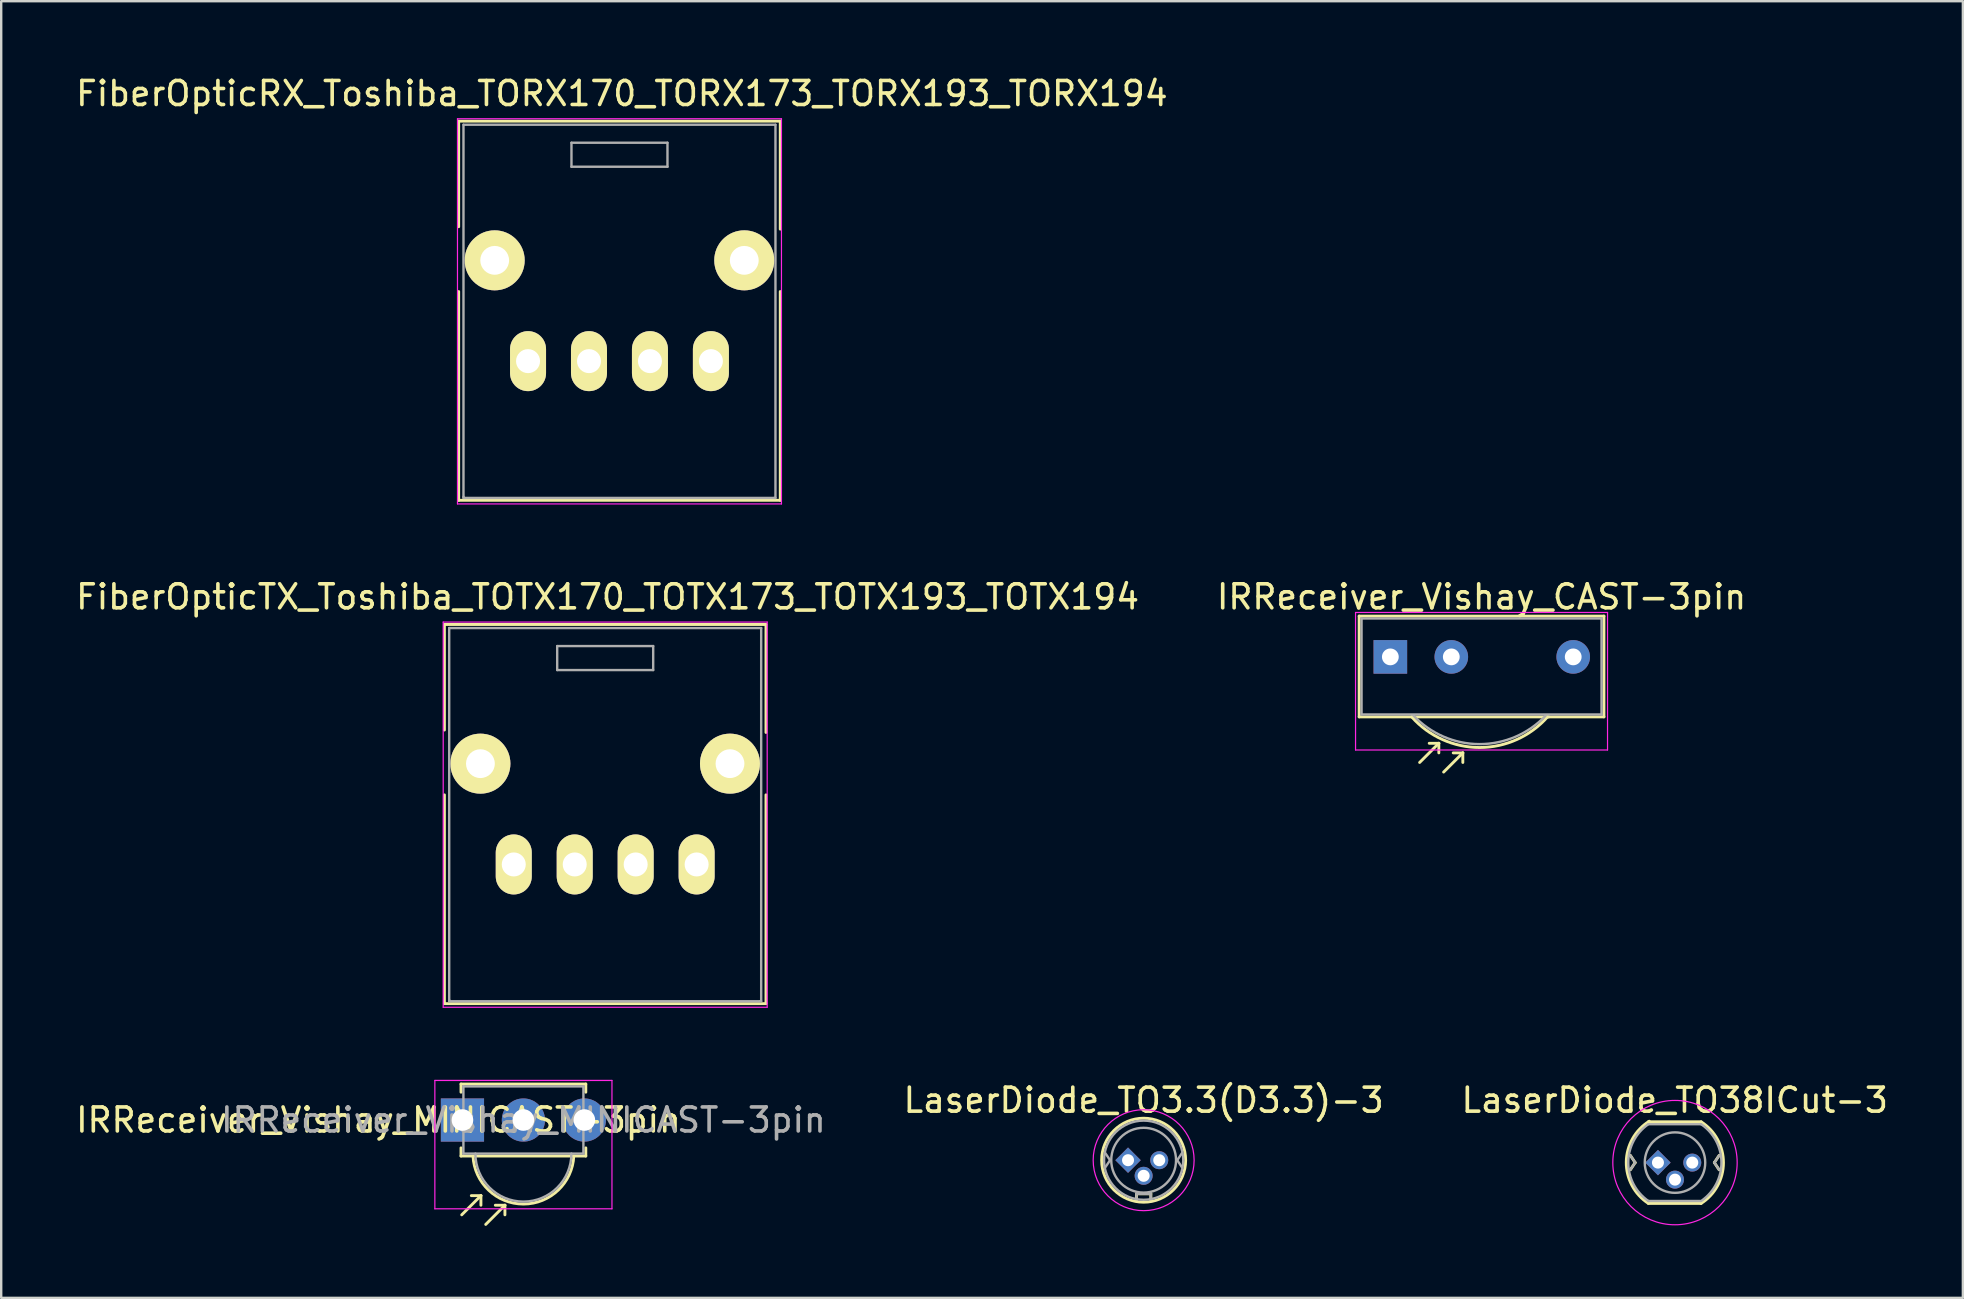
<source format=kicad_pcb>
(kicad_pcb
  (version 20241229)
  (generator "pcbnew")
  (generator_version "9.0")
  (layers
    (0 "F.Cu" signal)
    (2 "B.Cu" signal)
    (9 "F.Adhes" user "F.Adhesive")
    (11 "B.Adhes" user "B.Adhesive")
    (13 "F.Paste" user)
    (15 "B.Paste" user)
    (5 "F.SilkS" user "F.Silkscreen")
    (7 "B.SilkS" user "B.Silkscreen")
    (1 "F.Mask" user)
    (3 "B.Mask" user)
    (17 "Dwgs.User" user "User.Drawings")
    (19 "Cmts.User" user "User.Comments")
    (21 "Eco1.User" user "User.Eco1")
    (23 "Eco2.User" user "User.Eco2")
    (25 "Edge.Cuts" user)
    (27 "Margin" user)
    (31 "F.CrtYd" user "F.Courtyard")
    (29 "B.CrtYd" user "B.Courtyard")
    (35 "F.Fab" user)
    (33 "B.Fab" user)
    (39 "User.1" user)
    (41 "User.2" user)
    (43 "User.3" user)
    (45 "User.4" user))
  (footprint "IRReceiver_Vishay_MINICAST-3pin"
    (layer "F.Cu")
    (at 16.22 43.621)
    (property "Reference" "IRReceiver_Vishay_MINICAST-3pin" (at -3.5 0 180) (layer "F.SilkS") (effects (font (size 1 1) (thickness 0.15))))
    (attr through_hole)
    (fp_line (start -0.06 -1.5) (end -0.06 -1.16) (stroke (width 0.12) (type solid)) (layer "F.SilkS"))
    (fp_line (start -0.06 1.5) (end -0.06 1.16) (stroke (width 0.12) (type solid)) (layer "F.SilkS"))
    (fp_line (start 0.77 3.15) (end -0.03 3.95) (stroke (width 0.12) (type solid)) (layer "F.SilkS"))
    (fp_line (start 0.77 3.15) (end 0.37 3.15) (stroke (width 0.12) (type solid)) (layer "F.SilkS"))
    (fp_line (start 0.77 3.15) (end 0.77 3.55) (stroke (width 0.12) (type solid)) (layer "F.SilkS"))
    (fp_line (start 1.77 3.55) (end 0.97 4.35) (stroke (width 0.12) (type solid)) (layer "F.SilkS"))
    (fp_line (start 1.77 3.55) (end 1.37 3.55) (stroke (width 0.12) (type solid)) (layer "F.SilkS"))
    (fp_line (start 1.77 3.55) (end 1.77 3.95) (stroke (width 0.12) (type solid)) (layer "F.SilkS"))
    (fp_line (start 5.14 -1.5) (end -0.06 -1.5) (stroke (width 0.12) (type solid)) (layer "F.SilkS"))
    (fp_line (start 5.14 -1.16) (end 5.14 -1.5) (stroke (width 0.12) (type solid)) (layer "F.SilkS"))
    (fp_line (start 5.14 1.16) (end 5.14 1.5) (stroke (width 0.12) (type solid)) (layer "F.SilkS"))
    (fp_line (start 5.14 1.5) (end -0.06 1.5) (stroke (width 0.12) (type solid)) (layer "F.SilkS"))
    (fp_arc (start 4.64 1.5) (mid 2.540869 3.502379) (end 0.440083 1.501736) (stroke (width 0.12) (type solid)) (layer "F.SilkS"))
    (fp_line (start -1.15 -1.65) (end -1.15 3.7) (stroke (width 0.05) (type solid)) (layer "F.CrtYd"))
    (fp_line (start -1.15 -1.65) (end 6.23 -1.65) (stroke (width 0.05) (type solid)) (layer "F.CrtYd"))
    (fp_line (start 6.23 3.7) (end -1.15 3.7) (stroke (width 0.05) (type solid)) (layer "F.CrtYd"))
    (fp_line (start 6.23 3.7) (end 6.23 -1.65) (stroke (width 0.05) (type solid)) (layer "F.CrtYd"))
    (fp_line (start 0.04 -1.4) (end 5.04 -1.4) (stroke (width 0.1) (type solid)) (layer "F.Fab"))
    (fp_line (start 0.04 1.4) (end 0.04 -1.4) (stroke (width 0.1) (type solid)) (layer "F.Fab"))
    (fp_line (start 5.04 -1.4) (end 5.04 1.4) (stroke (width 0.1) (type solid)) (layer "F.Fab"))
    (fp_line (start 5.04 1.4) (end 0.04 1.4) (stroke (width 0.1) (type solid)) (layer "F.Fab"))
    (fp_arc (start 4.54 1.4) (mid 2.54 3.4) (end 0.54 1.4) (stroke (width 0.1) (type solid)) (layer "F.Fab"))
    (fp_text user "${REFERENCE}" (at 2.54 0 0) (layer "F.Fab") (effects (font (size 1 1) (thickness 0.15))))
    (pad "1" thru_hole rect (at 0 0) (size 1.8 1.8) (drill 0.9) (layers "*.Cu" "*.Mask"))
    (pad "2" thru_hole circle (at 2.54 0) (size 1.8 1.8) (drill 0.9) (layers "*.Cu" "*.Mask"))
    (pad "3" thru_hole circle (at 5.08 0) (size 1.8 1.8) (drill 0.9) (layers "*.Cu" "*.Mask")))
  (footprint "IRReceiver_Vishay_CAST-3pin"
    (layer "F.Cu")
    (at 54.885 24.322)
    (property "Reference" "IRReceiver_Vishay_CAST-3pin" (at 3.8 -2.5 0) (layer "F.SilkS") (effects (font (size 1 1) (thickness 0.15))))
    (attr through_hole)
    (fp_line (start -1.3 -1.7) (end -1.3 2.5) (stroke (width 0.12) (type solid)) (layer "F.SilkS"))
    (fp_line (start -1.3 2.5) (end 0.9 2.5) (stroke (width 0.12) (type solid)) (layer "F.SilkS"))
    (fp_line (start 0.9 2.5) (end 6.6 2.5) (stroke (width 0.12) (type solid)) (layer "F.SilkS"))
    (fp_line (start 2.02 3.6) (end 1.22 4.4) (stroke (width 0.12) (type solid)) (layer "F.SilkS"))
    (fp_line (start 2.02 3.6) (end 1.62 3.6) (stroke (width 0.12) (type solid)) (layer "F.SilkS"))
    (fp_line (start 2.02 3.6) (end 2.02 4) (stroke (width 0.12) (type solid)) (layer "F.SilkS"))
    (fp_line (start 3.02 4) (end 2.22 4.8) (stroke (width 0.12) (type solid)) (layer "F.SilkS"))
    (fp_line (start 3.02 4) (end 2.62 4) (stroke (width 0.12) (type solid)) (layer "F.SilkS"))
    (fp_line (start 3.02 4) (end 3.02 4.4) (stroke (width 0.12) (type solid)) (layer "F.SilkS"))
    (fp_line (start 6.5 2.5) (end 8.9 2.5) (stroke (width 0.12) (type solid)) (layer "F.SilkS"))
    (fp_line (start 8.9 -1.7) (end -1.3 -1.7) (stroke (width 0.12) (type solid)) (layer "F.SilkS"))
    (fp_line (start 8.9 2.5) (end 8.9 -1.7) (stroke (width 0.12) (type solid)) (layer "F.SilkS"))
    (fp_arc (start 6.55 2.5) (mid 3.722825 3.776095) (end 0.893744 2.504232) (stroke (width 0.12) (type solid)) (layer "F.SilkS"))
    (fp_line (start -1.45 -1.85) (end -1.45 3.88) (stroke (width 0.05) (type solid)) (layer "F.CrtYd"))
    (fp_line (start -1.45 -1.85) (end 9.05 -1.85) (stroke (width 0.05) (type solid)) (layer "F.CrtYd"))
    (fp_line (start 9.05 3.88) (end -1.45 3.88) (stroke (width 0.05) (type solid)) (layer "F.CrtYd"))
    (fp_line (start 9.05 3.88) (end 9.05 -1.85) (stroke (width 0.05) (type solid)) (layer "F.CrtYd"))
    (fp_line (start -1.2 -1.6) (end 8.8 -1.6) (stroke (width 0.1) (type solid)) (layer "F.Fab"))
    (fp_line (start -1.2 2.4) (end -1.2 -1.6) (stroke (width 0.1) (type solid)) (layer "F.Fab"))
    (fp_line (start 8.8 -1.6) (end 8.8 2.4) (stroke (width 0.1) (type solid)) (layer "F.Fab"))
    (fp_line (start 8.8 2.4) (end -1.2 2.4) (stroke (width 0.1) (type solid)) (layer "F.Fab"))
    (fp_arc (start 6.47 2.45) (mid 3.710489 3.634496) (end 0.956966 2.436144) (stroke (width 0.1) (type solid)) (layer "F.Fab"))
    (pad "1" thru_hole rect (at 0 0) (size 1.4 1.4) (drill 0.7) (layers "*.Cu" "*.Mask"))
    (pad "2" thru_hole circle (at 2.54 0) (size 1.4 1.4) (drill 0.7) (layers "*.Cu" "*.Mask"))
    (pad "3" thru_hole circle (at 7.62 0) (size 1.4 1.4) (drill 0.7) (layers "*.Cu" "*.Mask")))
  (footprint "LaserDiode_TO3.3(D3.3)-3"
    (layer "F.Cu")
    (at 43.955 45.295)
    (property "Reference" "LaserDiode_TO3.3(D3.3)-3" (at 0.65 -2.5 0) (layer "F.SilkS") (effects (font (size 1 1) (thickness 0.15))))
    (attr through_hole)
    (fp_line (start 0.35 1.4) (end 0.35 1.7) (stroke (width 0.12) (type solid)) (layer "F.SilkS"))
    (fp_line (start 0.95 1.4) (end 0.35 1.4) (stroke (width 0.12) (type solid)) (layer "F.SilkS"))
    (fp_line (start 0.95 1.7) (end 0.95 1.4) (stroke (width 0.12) (type solid)) (layer "F.SilkS"))
    (fp_circle (center 0.65 0) (end -1.1 0) (stroke (width 0.12) (type solid)) (fill no) (layer "F.SilkS"))
    (fp_circle (center 0.65 0) (end 2.5 1) (stroke (width 0.05) (type solid)) (fill no) (layer "F.CrtYd"))
    (fp_line (start -0.95 -0.3) (end -0.75 0) (stroke (width 0.1) (type solid)) (layer "F.Fab"))
    (fp_line (start -0.75 0) (end -0.95 0.3) (stroke (width 0.1) (type solid)) (layer "F.Fab"))
    (fp_line (start 0.35 1.4) (end 0.95 1.4) (stroke (width 0.1) (type solid)) (layer "F.Fab"))
    (fp_line (start 0.35 1.6) (end 0.35 1.4) (stroke (width 0.1) (type solid)) (layer "F.Fab"))
    (fp_line (start 0.95 1.4) (end 0.95 1.6) (stroke (width 0.1) (type solid)) (layer "F.Fab"))
    (fp_line (start 2.05 0) (end 2.25 0.3) (stroke (width 0.1) (type solid)) (layer "F.Fab"))
    (fp_line (start 2.25 -0.3) (end 2.05 0) (stroke (width 0.1) (type solid)) (layer "F.Fab"))
    (fp_circle (center 0.65 0) (end -1 0) (stroke (width 0.1) (type solid)) (fill no) (layer "F.Fab"))
    (fp_circle (center 0.65 0) (end 2 0) (stroke (width 0.1) (type solid)) (fill no) (layer "F.Fab"))
    (pad "1" thru_hole rect (at 0 0 45) (size 0.75 0.75) (drill 0.5) (layers "*.Cu" "*.Mask"))
    (pad "2" thru_hole circle (at 0.65 0.65) (size 0.75 0.75) (drill 0.5) (layers "*.Cu" "*.Mask"))
    (pad "3" thru_hole circle (at 1.3 0) (size 0.75 0.75) (drill 0.5) (layers "*.Cu" "*.Mask")))
  (footprint "FiberOpticTX_Toshiba_TOTX170_TOTX173_TOTX193_TOTX194"
    (layer "F.Cu")
    (at 18.358 32.971)
    (property "Reference" "FiberOpticTX_Toshiba_TOTX170_TOTX173_TOTX193_TOTX194" (at 3.91 -11.15 0) (layer "F.SilkS") (effects (font (size 1 1) (thickness 0.15))))
    (attr through_hole)
    (fp_line (start -2.89 -10) (end -2.89 -5.6) (stroke (width 0.12) (type solid)) (layer "F.SilkS"))
    (fp_line (start -2.89 5.8) (end -2.89 -2.9) (stroke (width 0.12) (type solid)) (layer "F.SilkS"))
    (fp_line (start -2.89 5.8) (end 10.51 5.8) (stroke (width 0.12) (type solid)) (layer "F.SilkS"))
    (fp_line (start 10.51 -10) (end -2.89 -10) (stroke (width 0.12) (type solid)) (layer "F.SilkS"))
    (fp_line (start 10.51 -10) (end 10.51 -5.5) (stroke (width 0.12) (type solid)) (layer "F.SilkS"))
    (fp_line (start 10.51 5.8) (end 10.51 -2.9) (stroke (width 0.12) (type solid)) (layer "F.SilkS"))
    (fp_line (start -2.94 -10.1) (end -2.94 5.95) (stroke (width 0.05) (type solid)) (layer "F.CrtYd"))
    (fp_line (start -2.94 -10.1) (end 10.56 -10.1) (stroke (width 0.05) (type solid)) (layer "F.CrtYd"))
    (fp_line (start 10.56 5.95) (end -2.94 5.95) (stroke (width 0.05) (type solid)) (layer "F.CrtYd"))
    (fp_line (start 10.56 5.95) (end 10.56 -10.1) (stroke (width 0.05) (type solid)) (layer "F.CrtYd"))
    (fp_line (start -2.69 -9.85) (end 10.31 -9.85) (stroke (width 0.1) (type solid)) (layer "F.Fab"))
    (fp_line (start -2.69 5.65) (end -2.69 -9.85) (stroke (width 0.1) (type solid)) (layer "F.Fab"))
    (fp_line (start -2.69 5.65) (end -2.69 5.7) (stroke (width 0.1) (type solid)) (layer "F.Fab"))
    (fp_line (start -2.69 5.7) (end 10.26 5.7) (stroke (width 0.1) (type solid)) (layer "F.Fab"))
    (fp_line (start 1.81 -9.1) (end 5.81 -9.1) (stroke (width 0.1) (type solid)) (layer "F.Fab"))
    (fp_line (start 1.81 -8.1) (end 1.81 -9.1) (stroke (width 0.1) (type solid)) (layer "F.Fab"))
    (fp_line (start 5.81 -9.1) (end 5.81 -8.1) (stroke (width 0.1) (type solid)) (layer "F.Fab"))
    (fp_line (start 5.81 -8.1) (end 1.81 -8.1) (stroke (width 0.1) (type solid)) (layer "F.Fab"))
    (fp_line (start 10.26 5.7) (end 10.31 5.7) (stroke (width 0.1) (type solid)) (layer "F.Fab"))
    (fp_line (start 10.31 5.7) (end 10.31 -9.85) (stroke (width 0.1) (type solid)) (layer "F.Fab"))
    (pad "1" thru_hole oval (at 0 0) (size 1.5 2.5) (drill 1) (layers "*.Cu" "*.Mask" "F.SilkS"))
    (pad "2" thru_hole oval (at 2.54 0) (size 1.5 2.5) (drill 1) (layers "*.Cu" "*.Mask" "F.SilkS"))
    (pad "3" thru_hole oval (at 5.08 0) (size 1.5 2.5) (drill 1) (layers "*.Cu" "*.Mask" "F.SilkS"))
    (pad "4" thru_hole oval (at 7.62 0) (size 1.5 2.5) (drill 1) (layers "*.Cu" "*.Mask" "F.SilkS"))
    (pad "5" thru_hole circle (at 9.01 -4.2) (size 2.5 2.5) (drill 1.2) (layers "*.Cu" "*.Mask" "F.SilkS"))
    (pad "6" thru_hole circle (at -1.39 -4.2) (size 2.5 2.5) (drill 1.2) (layers "*.Cu" "*.Mask" "F.SilkS")))
  (footprint "FiberOpticRX_Toshiba_TORX170_TORX173_TORX193_TORX194"
    (layer "F.Cu")
    (at 18.953 11.998)
    (property "Reference" "FiberOpticRX_Toshiba_TORX170_TORX173_TORX193_TORX194" (at 3.91 -11.15 0) (layer "F.SilkS") (effects (font (size 1 1) (thickness 0.15))))
    (attr through_hole)
    (fp_line (start -2.89 -10) (end -2.89 -5.6) (stroke (width 0.12) (type solid)) (layer "F.SilkS"))
    (fp_line (start -2.89 5.8) (end -2.89 -2.9) (stroke (width 0.12) (type solid)) (layer "F.SilkS"))
    (fp_line (start -2.89 5.8) (end 10.51 5.8) (stroke (width 0.12) (type solid)) (layer "F.SilkS"))
    (fp_line (start 10.51 -10) (end -2.89 -10) (stroke (width 0.12) (type solid)) (layer "F.SilkS"))
    (fp_line (start 10.51 -10) (end 10.51 -5.5) (stroke (width 0.12) (type solid)) (layer "F.SilkS"))
    (fp_line (start 10.51 5.8) (end 10.51 -2.9) (stroke (width 0.12) (type solid)) (layer "F.SilkS"))
    (fp_line (start -2.94 -10.1) (end -2.94 5.95) (stroke (width 0.05) (type solid)) (layer "F.CrtYd"))
    (fp_line (start -2.94 -10.1) (end 10.56 -10.1) (stroke (width 0.05) (type solid)) (layer "F.CrtYd"))
    (fp_line (start 10.56 5.95) (end -2.94 5.95) (stroke (width 0.05) (type solid)) (layer "F.CrtYd"))
    (fp_line (start 10.56 5.95) (end 10.56 -10.1) (stroke (width 0.05) (type solid)) (layer "F.CrtYd"))
    (fp_line (start -2.69 -9.85) (end 10.31 -9.85) (stroke (width 0.1) (type solid)) (layer "F.Fab"))
    (fp_line (start -2.69 5.65) (end -2.69 -9.85) (stroke (width 0.1) (type solid)) (layer "F.Fab"))
    (fp_line (start -2.69 5.65) (end -2.69 5.7) (stroke (width 0.1) (type solid)) (layer "F.Fab"))
    (fp_line (start -2.69 5.7) (end 10.26 5.7) (stroke (width 0.1) (type solid)) (layer "F.Fab"))
    (fp_line (start 1.81 -9.1) (end 5.81 -9.1) (stroke (width 0.1) (type solid)) (layer "F.Fab"))
    (fp_line (start 1.81 -8.1) (end 1.81 -9.1) (stroke (width 0.1) (type solid)) (layer "F.Fab"))
    (fp_line (start 5.81 -9.1) (end 5.81 -8.1) (stroke (width 0.1) (type solid)) (layer "F.Fab"))
    (fp_line (start 5.81 -8.1) (end 1.81 -8.1) (stroke (width 0.1) (type solid)) (layer "F.Fab"))
    (fp_line (start 10.26 5.7) (end 10.31 5.7) (stroke (width 0.1) (type solid)) (layer "F.Fab"))
    (fp_line (start 10.31 5.7) (end 10.31 -9.85) (stroke (width 0.1) (type solid)) (layer "F.Fab"))
    (pad "1" thru_hole oval (at 0 0) (size 1.5 2.5) (drill 1) (layers "*.Cu" "*.Mask" "F.SilkS"))
    (pad "2" thru_hole oval (at 2.54 0) (size 1.5 2.5) (drill 1) (layers "*.Cu" "*.Mask" "F.SilkS"))
    (pad "3" thru_hole oval (at 5.08 0) (size 1.5 2.5) (drill 1) (layers "*.Cu" "*.Mask" "F.SilkS"))
    (pad "4" thru_hole oval (at 7.62 0) (size 1.5 2.5) (drill 1) (layers "*.Cu" "*.Mask" "F.SilkS"))
    (pad "5" thru_hole circle (at 9.01 -4.2) (size 2.5 2.5) (drill 1.2) (layers "*.Cu" "*.Mask" "F.SilkS"))
    (pad "6" thru_hole circle (at -1.39 -4.2) (size 2.5 2.5) (drill 1.2) (layers "*.Cu" "*.Mask" "F.SilkS")))
  (footprint "LaserDiode_TO38ICut-3"
    (layer "F.Cu")
    (at 66.036 45.395)
    (property "Reference" "LaserDiode_TO38ICut-3" (at 0.7 -2.6 0) (layer "F.SilkS") (effects (font (size 1 1) (thickness 0.15))))
    (attr through_hole)
    (fp_line (start -1.15 -0.3) (end -0.95 0) (stroke (width 0.12) (type solid)) (layer "F.SilkS"))
    (fp_line (start -0.95 0) (end -1.15 0.3) (stroke (width 0.12) (type solid)) (layer "F.SilkS"))
    (fp_line (start -0.4 1.7) (end 1.8 1.7) (stroke (width 0.12) (type solid)) (layer "F.SilkS"))
    (fp_line (start 1.8 -1.7) (end -0.4 -1.7) (stroke (width 0.12) (type solid)) (layer "F.SilkS"))
    (fp_line (start 2.35 0) (end 2.55 0.3) (stroke (width 0.12) (type solid)) (layer "F.SilkS"))
    (fp_line (start 2.55 -0.3) (end 2.35 0) (stroke (width 0.12) (type solid)) (layer "F.SilkS"))
    (fp_arc (start -0.4 1.7) (mid -1.320168 -0.022755) (end -0.361617 -1.724453) (stroke (width 0.12) (type solid)) (layer "F.SilkS"))
    (fp_arc (start 1.8 -1.7) (mid 2.729422 0.005888) (end 1.790069 1.706327) (stroke (width 0.12) (type solid)) (layer "F.SilkS"))
    (fp_circle (center 0.71 0) (end 3.1 1) (stroke (width 0.05) (type solid)) (fill no) (layer "F.CrtYd"))
    (fp_line (start -1.15 -0.3) (end -0.95 0) (stroke (width 0.1) (type solid)) (layer "F.Fab"))
    (fp_line (start -0.95 0) (end -1.15 0.3) (stroke (width 0.1) (type solid)) (layer "F.Fab"))
    (fp_line (start -0.4 1.6) (end 1.8 1.6) (stroke (width 0.1) (type solid)) (layer "F.Fab"))
    (fp_line (start 1.8 -1.6) (end -0.4 -1.6) (stroke (width 0.1) (type solid)) (layer "F.Fab"))
    (fp_line (start 2.35 0) (end 2.55 0.3) (stroke (width 0.1) (type solid)) (layer "F.Fab"))
    (fp_line (start 2.55 -0.3) (end 2.35 0) (stroke (width 0.1) (type solid)) (layer "F.Fab"))
    (fp_arc (start -0.4 1.6) (mid -1.237313 0.008464) (end -0.413866 -1.590291) (stroke (width 0.1) (type solid)) (layer "F.Fab"))
    (fp_arc (start 1.8 -1.6) (mid 2.645842 -0.024847) (end 1.840706 1.571497) (stroke (width 0.1) (type solid)) (layer "F.Fab"))
    (fp_circle (center 0.71 0) (end 1.97 0) (stroke (width 0.1) (type solid)) (fill no) (layer "F.Fab"))
    (pad "1" thru_hole rect (at 0 0 45) (size 0.75 0.75) (drill 0.5) (layers "*.Cu" "*.Mask"))
    (pad "2" thru_hole circle (at 0.71 0.71) (size 0.75 0.75) (drill 0.5) (layers "*.Cu" "*.Mask"))
    (pad "3" thru_hole circle (at 1.43 0) (size 0.75 0.75) (drill 0.5) (layers "*.Cu" "*.Mask")))
  (gr_rect
    (start -3 -3)
    (end 78.742 51.032)
    (stroke (width 0.1) (type default))
    (fill no)
    (layer "Edge.Cuts")))
</source>
